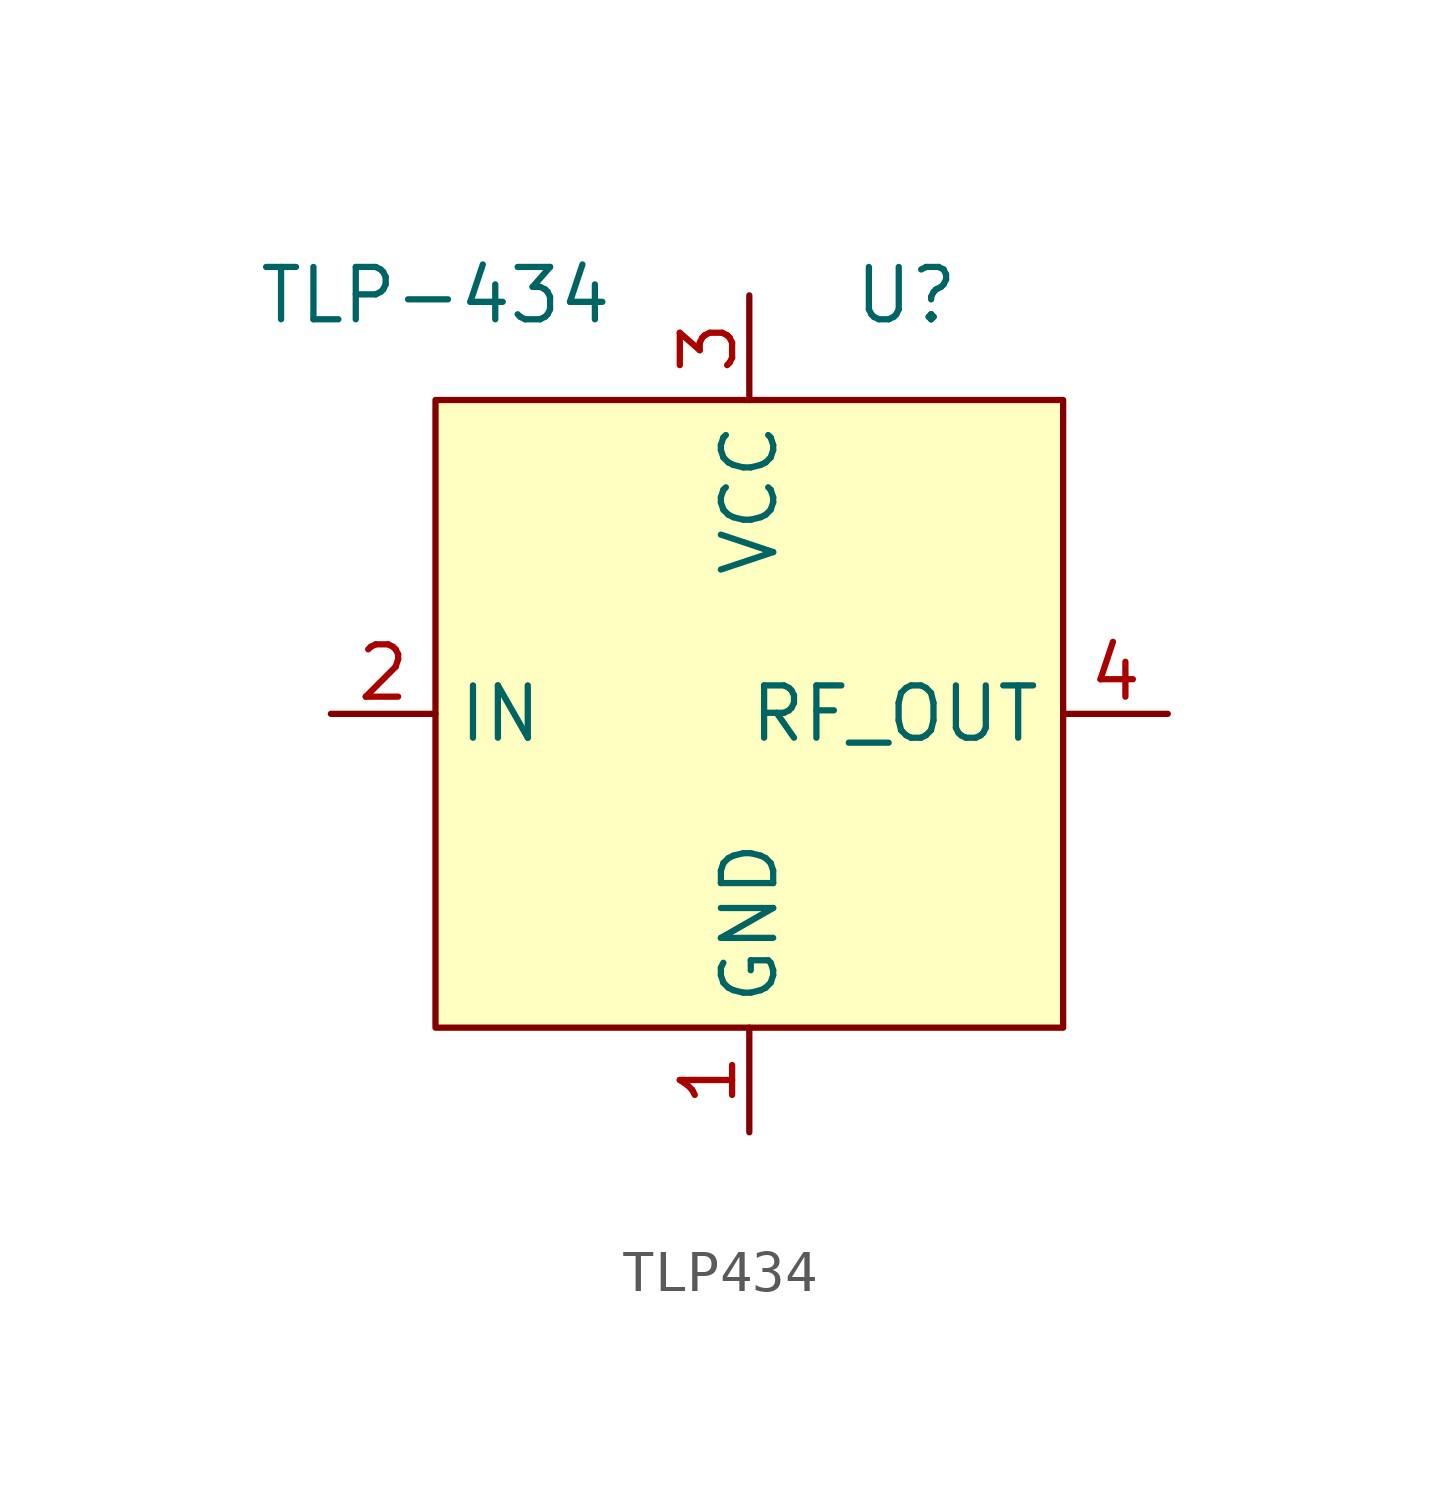
<source format=kicad_sym>
(kicad_symbol_lib
  (version 20231120)
  (generator "kicad_symbol_editor")
  (generator_version "8.0")
  (symbol "TLP434"
    (property "Reference" "U"
      (at 11.43 0 0)
      (effects (font (size 1.27 1.27))))
    (property "Value" "TLP-434"
      (at 0 0 0)
      (effects (font (size 1.27 1.27))))
    (symbol "TLP434_1_1"
      (rectangle (start 0 -2.54) (end 15.24 -17.78) (stroke (width 0) (type default)) (fill (type background)))
      (pin power_in line (at 7.62 -20.32 90) (length 2.54) (name "GND" (effects (font (size 1.27 1.27)))) (number "1" (effects (font (size 1.27 1.27)))))
      (pin input line (at -2.54 -10.16 0) (length 2.54) (name "IN" (effects (font (size 1.27 1.27)))) (number "2" (effects (font (size 1.27 1.27)))))
      (pin power_in line (at 7.62 0 270) (length 2.54) (name "VCC" (effects (font (size 1.27 1.27)))) (number "3" (effects (font (size 1.27 1.27)))))
      (pin output line (at 17.78 -10.16 180) (length 2.54) (name "RF_OUT" (effects (font (size 1.27 1.27)))) (number "4" (effects (font (size 1.27 1.27))))))))
</source>
